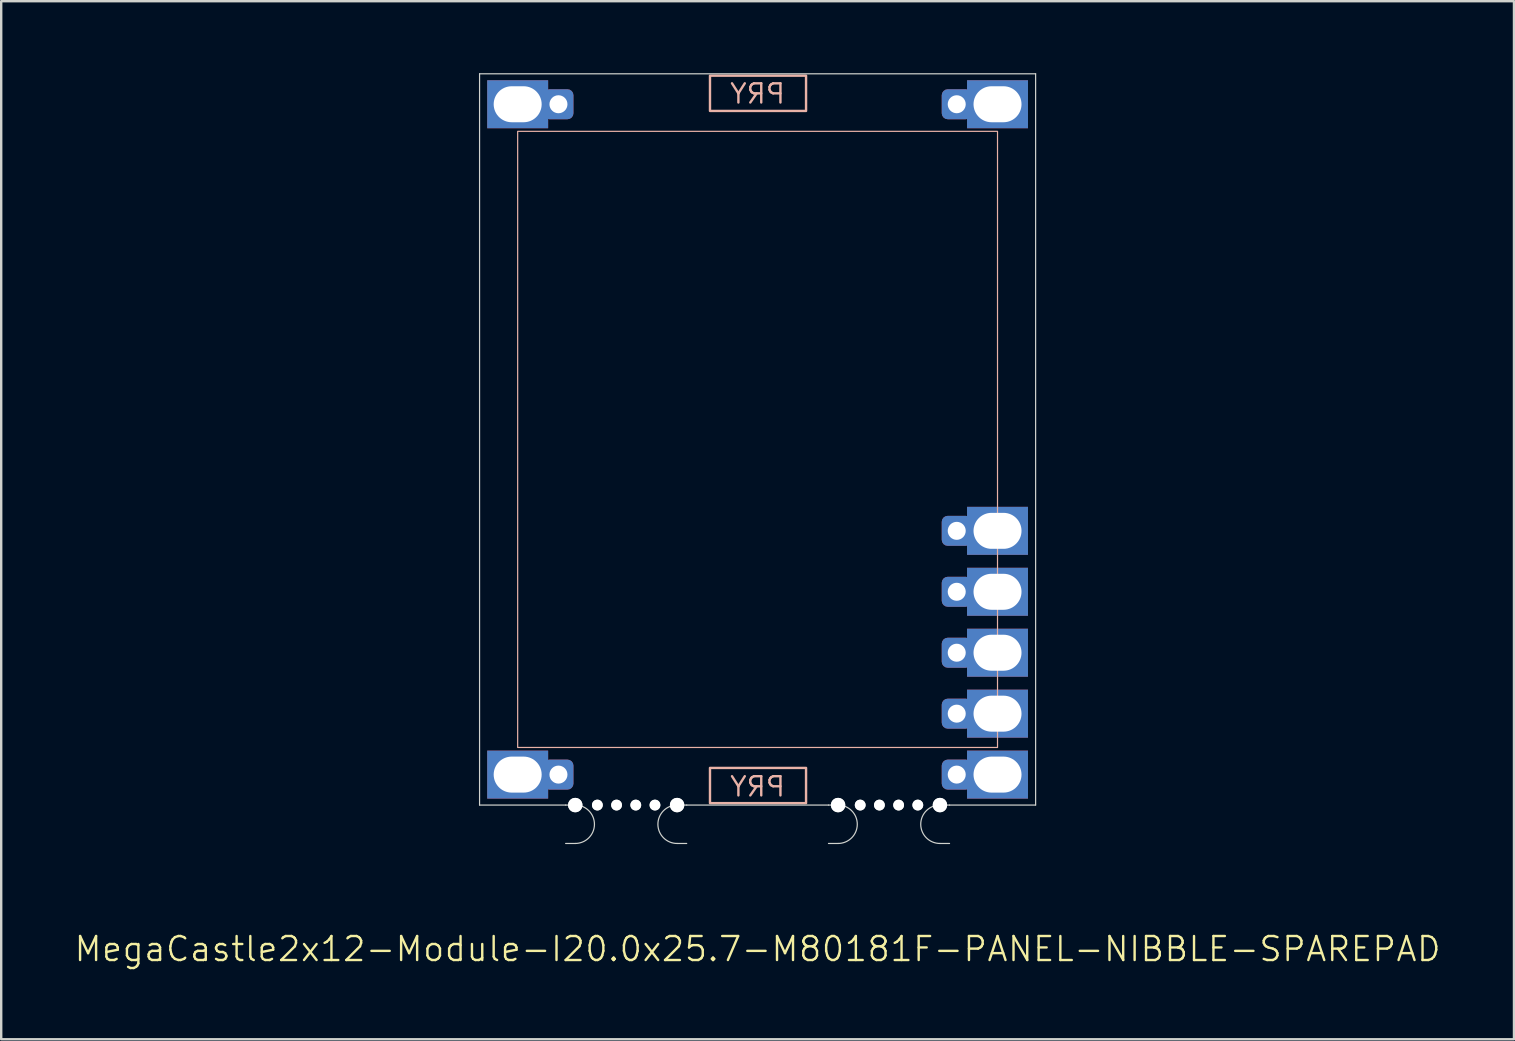
<source format=kicad_pcb>
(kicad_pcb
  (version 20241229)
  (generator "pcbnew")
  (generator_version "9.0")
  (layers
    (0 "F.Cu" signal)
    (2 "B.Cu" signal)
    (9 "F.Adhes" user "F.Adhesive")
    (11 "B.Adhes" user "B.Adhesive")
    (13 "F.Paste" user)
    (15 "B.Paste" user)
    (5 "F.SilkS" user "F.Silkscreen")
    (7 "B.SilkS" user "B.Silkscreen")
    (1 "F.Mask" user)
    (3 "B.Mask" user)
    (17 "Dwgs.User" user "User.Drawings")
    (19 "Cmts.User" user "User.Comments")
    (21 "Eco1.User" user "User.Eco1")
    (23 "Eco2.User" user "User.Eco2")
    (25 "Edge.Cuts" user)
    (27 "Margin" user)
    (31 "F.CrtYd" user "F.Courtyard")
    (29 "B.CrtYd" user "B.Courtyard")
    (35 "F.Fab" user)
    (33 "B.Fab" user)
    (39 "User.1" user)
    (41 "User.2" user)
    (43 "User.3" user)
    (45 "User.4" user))
  (footprint "MegaCastle2x12-Module-I20.0x25.7-M80181F-PANEL-NIBBLE-SPAREPAD"
    (layer "F.Cu")
    (at 28.526 15.265)
    (property "Reference" "MegaCastle2x12-Module-I20.0x25.7-M80181F-PANEL-NIBBLE-SPAREPAD" (at 0 21.24 0) (unlocked yes) (layer "F.SilkS") (effects (font (size 1 1) (thickness 0.1))))
    (attr smd)
    (fp_rect (start -10 12.84) (end 10 -12.84) (stroke (width 0.05) (type default)) (fill no) (layer "B.SilkS"))
    (fp_rect (start -1.984 -13.691) (end 2.02 -15.16) (stroke (width 0.1) (type default)) (fill no) (layer "B.SilkS"))
    (fp_rect (start -1.984 13.691) (end 2.02 15.16) (stroke (width 0.1) (type default)) (fill no) (layer "B.SilkS"))
    (fp_line (start -11.588 -15.24) (end -11.588 15.24) (stroke (width 0.05) (type default)) (layer "Edge.Cuts"))
    (fp_line (start -11.588 -15.24) (end 11.588 -15.24) (stroke (width 0.05) (type default)) (layer "Edge.Cuts"))
    (fp_line (start -11.588 15.24) (end -8 15.24) (stroke (width 0.05) (type default)) (layer "Edge.Cuts"))
    (fp_line (start -8 15.24) (end -7.6 15.24) (stroke (width 0.05) (type default)) (layer "Edge.Cuts"))
    (fp_line (start -8 16.84) (end -7.6 16.84) (stroke (width 0.05) (type default)) (layer "Edge.Cuts"))
    (fp_line (start -2.955 15.24) (end -3.355 15.24) (stroke (width 0.05) (type default)) (layer "Edge.Cuts"))
    (fp_line (start -2.955 15.24) (end 2.955 15.24) (stroke (width 0.05) (type default)) (layer "Edge.Cuts"))
    (fp_line (start -2.955 16.84) (end -3.355 16.84) (stroke (width 0.05) (type default)) (layer "Edge.Cuts"))
    (fp_line (start 2.955 15.24) (end 3.355 15.24) (stroke (width 0.05) (type default)) (layer "Edge.Cuts"))
    (fp_line (start 2.955 16.84) (end 3.355 16.84) (stroke (width 0.05) (type default)) (layer "Edge.Cuts"))
    (fp_line (start 8 15.24) (end 7.6 15.24) (stroke (width 0.05) (type default)) (layer "Edge.Cuts"))
    (fp_line (start 8 15.24) (end 11.588 15.24) (stroke (width 0.05) (type default)) (layer "Edge.Cuts"))
    (fp_line (start 8 16.84) (end 7.6 16.84) (stroke (width 0.05) (type default)) (layer "Edge.Cuts"))
    (fp_line (start 11.588 -15.24) (end 11.588 15.24) (stroke (width 0.05) (type default)) (layer "Edge.Cuts"))
    (fp_arc (start -7.6 15.24) (mid -6.8 16.040001) (end -7.6 16.84) (stroke (width 0.05) (type default)) (layer "Edge.Cuts"))
    (fp_arc (start -3.355 16.84) (mid -4.155 16.04) (end -3.355 15.24) (stroke (width 0.05) (type default)) (layer "Edge.Cuts"))
    (fp_arc (start 3.355 15.24) (mid 4.155 16.040001) (end 3.355 16.84) (stroke (width 0.05) (type default)) (layer "Edge.Cuts"))
    (fp_arc (start 7.6 16.84) (mid 6.8 16.04) (end 7.6 15.24) (stroke (width 0.05) (type default)) (layer "Edge.Cuts"))
    (fp_text user "PRY" (at 0 14.94 0) (unlocked yes) (layer "B.SilkS") (effects (font (size 0.8 0.8) (thickness 0.1)) (justify bottom mirror)))
    (fp_text user "PRY" (at 0 -13.94 0) (unlocked yes) (layer "B.SilkS") (effects (font (size 0.8 0.8) (thickness 0.1)) (justify bottom mirror)))
    (pad "" np_thru_hole circle (at -7.6 15.24) (size 0.6 0.6) (drill 0.6) (layers "*.Cu" "Edge.Cuts"))
    (pad "" np_thru_hole circle (at -6.678 15.24) (size 0.45 0.45) (drill 0.45) (layers "*.Cu" "Edge.Cuts"))
    (pad "" np_thru_hole circle (at -5.878 15.24) (size 0.45 0.45) (drill 0.45) (layers "*.Cu" "Edge.Cuts"))
    (pad "" np_thru_hole circle (at -5.077 15.24) (size 0.45 0.45) (drill 0.45) (layers "*.Cu" "Edge.Cuts"))
    (pad "" np_thru_hole circle (at -4.277 15.24) (size 0.45 0.45) (drill 0.45) (layers "*.Cu" "Edge.Cuts"))
    (pad "" np_thru_hole circle (at -3.355 15.24) (size 0.6 0.6) (drill 0.6) (layers "*.Cu" "Edge.Cuts"))
    (pad "" np_thru_hole circle (at 3.355 15.24) (size 0.6 0.6) (drill 0.6) (layers "*.Cu" "Edge.Cuts"))
    (pad "" np_thru_hole circle (at 4.277 15.24) (size 0.45 0.45) (drill 0.45) (layers "*.Cu" "Edge.Cuts"))
    (pad "" np_thru_hole circle (at 5.077 15.24) (size 0.45 0.45) (drill 0.45) (layers "*.Cu" "Edge.Cuts"))
    (pad "" np_thru_hole circle (at 5.878 15.24) (size 0.45 0.45) (drill 0.45) (layers "*.Cu" "Edge.Cuts"))
    (pad "" np_thru_hole circle (at 6.678 15.24) (size 0.45 0.45) (drill 0.45) (layers "*.Cu" "Edge.Cuts"))
    (pad "" np_thru_hole circle (at 7.6 15.24) (size 0.6 0.6) (drill 0.6) (layers "*.Cu" "Edge.Cuts"))
    (pad "1" thru_hole rect (at -10 -13.97) (size 2.54 2) (drill oval 2 1.5) (property pad_prop_castellated) (layers "*.Cu" "*.Mask"))
    (pad "1" thru_hole roundrect (at -8.3 -13.97 180) (size 1.25 1.25) (drill 0.75) (layers "*.Cu" "*.Mask") (roundrect_rratio 0.2))
    (pad "12" thru_hole rect (at -10 13.97) (size 2.54 2) (drill oval 2 1.5) (property pad_prop_castellated) (layers "*.Cu" "*.Mask"))
    (pad "12" thru_hole roundrect (at -8.3 13.97 180) (size 1.25 1.25) (drill 0.75) (layers "*.Cu" "*.Mask") (roundrect_rratio 0.2))
    (pad "13" thru_hole roundrect (at 8.3 -13.97 180) (size 1.25 1.25) (drill 0.75) (layers "*.Cu" "*.Mask") (roundrect_rratio 0.2))
    (pad "13" thru_hole rect (at 10 -13.97) (size 2.54 2) (drill oval 2 1.5) (property pad_prop_castellated) (layers "*.Cu" "*.Mask"))
    (pad "20" thru_hole roundrect (at 8.3 3.81 180) (size 1.25 1.25) (drill 0.75) (layers "*.Cu" "*.Mask") (roundrect_rratio 0.2))
    (pad "20" thru_hole rect (at 10 3.81) (size 2.54 2) (drill oval 2 1.5) (property pad_prop_castellated) (layers "*.Cu" "*.Mask"))
    (pad "21" thru_hole roundrect (at 8.3 6.35 180) (size 1.25 1.25) (drill 0.75) (layers "*.Cu" "*.Mask") (roundrect_rratio 0.2))
    (pad "21" thru_hole rect (at 10 6.35) (size 2.54 2) (drill oval 2 1.5) (property pad_prop_castellated) (layers "*.Cu" "*.Mask"))
    (pad "22" thru_hole roundrect (at 8.3 8.89 180) (size 1.25 1.25) (drill 0.75) (layers "*.Cu" "*.Mask") (roundrect_rratio 0.2))
    (pad "22" thru_hole rect (at 10 8.89) (size 2.54 2) (drill oval 2 1.5) (property pad_prop_castellated) (layers "*.Cu" "*.Mask"))
    (pad "23" thru_hole roundrect (at 8.3 11.43 180) (size 1.25 1.25) (drill 0.75) (layers "*.Cu" "*.Mask") (roundrect_rratio 0.2))
    (pad "23" thru_hole rect (at 10 11.43) (size 2.54 2) (drill oval 2 1.5) (property pad_prop_castellated) (layers "*.Cu" "*.Mask"))
    (pad "24" thru_hole roundrect (at 8.3 13.97 180) (size 1.25 1.25) (drill 0.75) (layers "*.Cu" "*.Mask") (roundrect_rratio 0.2))
    (pad "24" thru_hole rect (at 10 13.97) (size 2.54 2) (drill oval 2 1.5) (property pad_prop_castellated) (layers "*.Cu" "*.Mask"))
    (zone (net_name "") (layer "B.Cu") (hatch edge 0.5) (connect_pads) (min_thickness 0.25) (filled_areas_thickness no) (keepout (tracks allowed) (vias allowed) (pads allowed) (copperpour allowed) (footprints not_allowed)) (placement (enabled no)) (fill) (polygon (pts (xy 18.526 30.505) (xy 18.526 0.025))))
    (zone (net_name "") (layer "B.Cu") (hatch edge 0.5) (connect_pads) (min_thickness 0.25) (filled_areas_thickness no) (keepout (tracks allowed) (vias allowed) (pads allowed) (copperpour allowed) (footprints not_allowed)) (placement (enabled no)) (fill) (polygon (pts (xy 38.526 30.505) (xy 38.526 0.025))))
    (zone (net_name "") (layer "B.Cu") (hatch edge 0.5) (connect_pads) (min_thickness 0.25) (filled_areas_thickness no) (keepout (tracks allowed) (vias allowed) (pads allowed) (copperpour allowed) (footprints not_allowed)) (placement (enabled no)) (fill) (polygon (pts (xy 18.526 0.025) (xy 18.526 2.425) (xy 38.526 2.425) (xy 38.526 0.025))))
    (zone (net_name "") (layer "B.Cu") (hatch edge 0.5) (connect_pads) (min_thickness 0.25) (filled_areas_thickness no) (keepout (tracks allowed) (vias allowed) (pads allowed) (copperpour allowed) (footprints not_allowed)) (placement (enabled no)) (fill) (polygon (pts (xy 18.526 30.505) (xy 18.526 28.105) (xy 38.526 28.105) (xy 38.526 30.505))))
    (zone (net_name "") (layer "B.Cu") (name "Upper Pry Zone") (hatch edge 0.5) (connect_pads) (min_thickness 0.25) (filled_areas_thickness no) (keepout (tracks not_allowed) (vias not_allowed) (pads not_allowed) (copperpour allowed) (footprints not_allowed)) (placement (enabled no)) (fill) (polygon (pts (xy 26.542 1.574) (xy 26.542 0.105) (xy 30.546 0.105) (xy 30.546 1.574))))
    (zone (net_name "") (layer "B.Cu") (name "Upper Pry Zone") (hatch edge 0.5) (connect_pads) (min_thickness 0.25) (filled_areas_thickness no) (keepout (tracks not_allowed) (vias not_allowed) (pads not_allowed) (copperpour allowed) (footprints not_allowed)) (placement (enabled no)) (fill) (polygon (pts (xy 26.542 28.956) (xy 26.542 30.425) (xy 30.546 30.425) (xy 30.546 28.956)))))
  (gr_rect
    (start -3 -3)
    (end 60.052 40.266)
    (stroke (width 0.1) (type default))
    (fill no)
    (layer "Edge.Cuts")))
</source>
